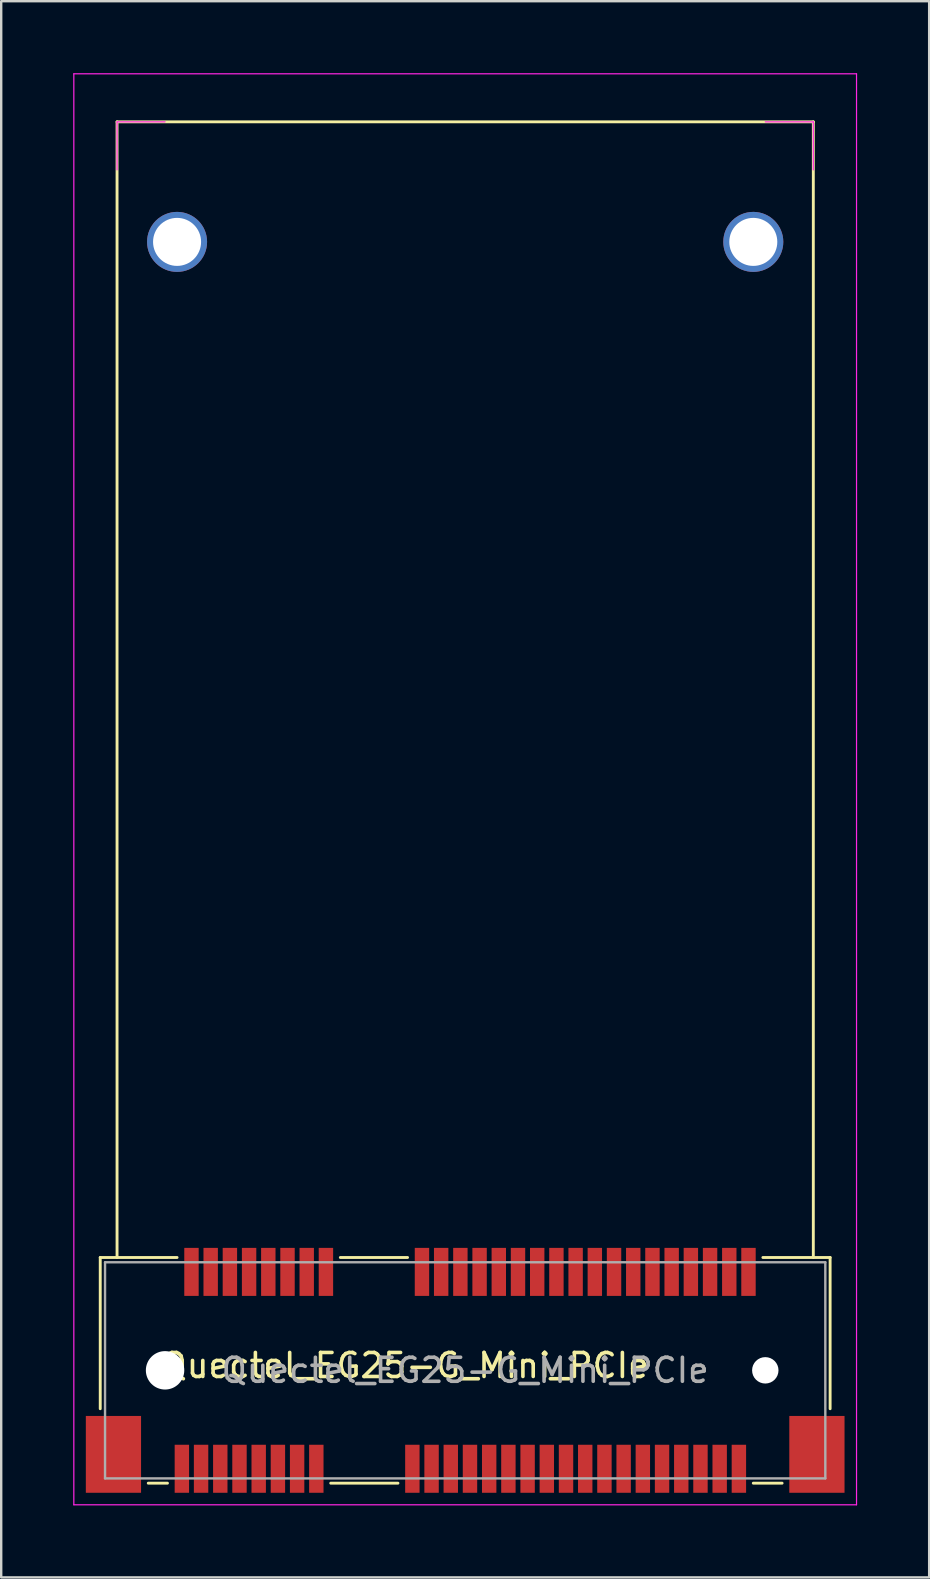
<source format=kicad_pcb>
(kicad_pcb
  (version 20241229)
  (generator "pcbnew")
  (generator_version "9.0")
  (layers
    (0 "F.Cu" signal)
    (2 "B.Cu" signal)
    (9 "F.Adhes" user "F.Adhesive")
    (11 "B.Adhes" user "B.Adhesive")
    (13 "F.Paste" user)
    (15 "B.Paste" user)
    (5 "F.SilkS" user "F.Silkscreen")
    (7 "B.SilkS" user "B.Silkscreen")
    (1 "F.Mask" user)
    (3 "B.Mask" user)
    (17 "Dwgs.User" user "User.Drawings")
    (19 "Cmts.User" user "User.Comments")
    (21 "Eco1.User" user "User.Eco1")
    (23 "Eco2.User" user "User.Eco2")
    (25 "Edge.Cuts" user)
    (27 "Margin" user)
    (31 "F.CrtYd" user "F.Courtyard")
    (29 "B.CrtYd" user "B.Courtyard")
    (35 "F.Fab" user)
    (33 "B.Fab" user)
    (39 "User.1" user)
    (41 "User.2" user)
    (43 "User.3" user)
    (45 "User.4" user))
  (footprint "Quectel_EG25-G_Mini_PCIe"
    (layer "F.Cu")
    (at 16.325 54.025)
    (property "Reference" "Quectel_EG25-G_Mini_PCIe" (at -2.5 -0.2 0) (layer "F.SilkS") (effects (font (size 1 1) (thickness 0.15))))
    (attr smd)
    (fp_line (start -15.2 -4.7) (end -15.2 1.6) (stroke (width 0.12) (type solid)) (layer "F.SilkS"))
    (fp_line (start -14.5 -52) (end -14.5 -4.7) (stroke (width 0.12) (type solid)) (layer "F.SilkS"))
    (fp_line (start -13.2 4.7) (end -12.4 4.7) (stroke (width 0.12) (type solid)) (layer "F.SilkS"))
    (fp_line (start -12 -4.7) (end -15.2 -4.7) (stroke (width 0.12) (type solid)) (layer "F.SilkS"))
    (fp_line (start -5.6 4.7) (end -2.8 4.7) (stroke (width 0.12) (type solid)) (layer "F.SilkS"))
    (fp_line (start -2.4 -4.7) (end -5.2 -4.7) (stroke (width 0.12) (type solid)) (layer "F.SilkS"))
    (fp_line (start 12 4.7) (end 13.2 4.7) (stroke (width 0.12) (type solid)) (layer "F.SilkS"))
    (fp_line (start 14.5 -52) (end -14.5 -52) (stroke (width 0.12) (type solid)) (layer "F.SilkS"))
    (fp_line (start 14.5 -4.7) (end 14.5 -52) (stroke (width 0.12) (type solid)) (layer "F.SilkS"))
    (fp_line (start 15.2 -4.7) (end 12.4 -4.7) (stroke (width 0.12) (type solid)) (layer "F.SilkS"))
    (fp_line (start 15.2 1.6) (end 15.2 -4.7) (stroke (width 0.12) (type solid)) (layer "F.SilkS"))
    (fp_line (start -16.3 -54) (end 16.3 -54) (stroke (width 0.05) (type solid)) (layer "F.CrtYd"))
    (fp_line (start -16.3 5.6) (end -16.3 -54) (stroke (width 0.05) (type solid)) (layer "F.CrtYd"))
    (fp_line (start -14.5 -52) (end -14.5 -50) (stroke (width 0.05) (type solid)) (layer "F.CrtYd"))
    (fp_line (start -14.5 -52) (end -12.5 -52) (stroke (width 0.05) (type solid)) (layer "F.CrtYd"))
    (fp_line (start 14.5 -52) (end 12.5 -52) (stroke (width 0.05) (type solid)) (layer "F.CrtYd"))
    (fp_line (start 14.5 -52) (end 14.5 -50) (stroke (width 0.05) (type solid)) (layer "F.CrtYd"))
    (fp_line (start 16.3 -54) (end 16.3 5.6) (stroke (width 0.05) (type solid)) (layer "F.CrtYd"))
    (fp_line (start 16.3 5.6) (end -16.3 5.6) (stroke (width 0.05) (type solid)) (layer "F.CrtYd"))
    (fp_line (start -15 -4.5) (end -15 4.5) (stroke (width 0.1) (type solid)) (layer "F.Fab"))
    (fp_line (start -15 4.5) (end 15 4.5) (stroke (width 0.1) (type solid)) (layer "F.Fab"))
    (fp_line (start 15 -4.5) (end -15 -4.5) (stroke (width 0.1) (type solid)) (layer "F.Fab"))
    (fp_line (start 15 4.5) (end 15 -4.5) (stroke (width 0.1) (type solid)) (layer "F.Fab"))
    (fp_text user "${REFERENCE}" (at 0 0 0) (layer "F.Fab") (effects (font (size 1 1) (thickness 0.15))))
    (pad "" np_thru_hole circle (at -12.5 0) (size 1.6 1.6) (drill 1.6) (layers "*.Cu" "*.Mask"))
    (pad "" np_thru_hole circle (at -12 -47) (size 2.5 2.5) (drill 2) (layers "*.Cu" "*.Mask"))
    (pad "" np_thru_hole circle (at 12 -47) (size 2.5 2.5) (drill 2) (layers "*.Cu" "*.Mask"))
    (pad "" np_thru_hole circle (at 12.5 0) (size 1.1 1.1) (drill 1.1) (layers "*.Cu" "*.Mask"))
    (pad "1" smd rect (at -11.8 4.1) (size 0.6 2) (layers "F.Cu" "F.Mask" "F.Paste"))
    (pad "2" smd rect (at -11.4 -4.1) (size 0.6 2) (layers "F.Cu" "F.Mask" "F.Paste"))
    (pad "3" smd rect (at -11 4.1) (size 0.6 2) (layers "F.Cu" "F.Mask" "F.Paste"))
    (pad "4" smd rect (at -10.6 -4.1) (size 0.6 2) (layers "F.Cu" "F.Mask" "F.Paste"))
    (pad "5" smd rect (at -10.2 4.1) (size 0.6 2) (layers "F.Cu" "F.Mask" "F.Paste"))
    (pad "6" smd rect (at -9.8 -4.1) (size 0.6 2) (layers "F.Cu" "F.Mask" "F.Paste"))
    (pad "7" smd rect (at -9.4 4.1) (size 0.6 2) (layers "F.Cu" "F.Mask" "F.Paste"))
    (pad "8" smd rect (at -9 -4.1) (size 0.6 2) (layers "F.Cu" "F.Mask" "F.Paste"))
    (pad "9" smd rect (at -8.6 4.1) (size 0.6 2) (layers "F.Cu" "F.Mask" "F.Paste"))
    (pad "10" smd rect (at -8.2 -4.1) (size 0.6 2) (layers "F.Cu" "F.Mask" "F.Paste"))
    (pad "11" smd rect (at -7.8 4.1) (size 0.6 2) (layers "F.Cu" "F.Mask" "F.Paste"))
    (pad "12" smd rect (at -7.4 -4.1) (size 0.6 2) (layers "F.Cu" "F.Mask" "F.Paste"))
    (pad "13" smd rect (at -7 4.1) (size 0.6 2) (layers "F.Cu" "F.Mask" "F.Paste"))
    (pad "14" smd rect (at -6.6 -4.1) (size 0.6 2) (layers "F.Cu" "F.Mask" "F.Paste"))
    (pad "15" smd rect (at -6.2 4.1) (size 0.6 2) (layers "F.Cu" "F.Mask" "F.Paste"))
    (pad "16" smd rect (at -5.8 -4.1) (size 0.6 2) (layers "F.Cu" "F.Mask" "F.Paste"))
    (pad "17" smd rect (at -2.2 4.1) (size 0.6 2) (layers "F.Cu" "F.Mask" "F.Paste"))
    (pad "18" smd rect (at -1.8 -4.1) (size 0.6 2) (layers "F.Cu" "F.Mask" "F.Paste"))
    (pad "19" smd rect (at -1.4 4.1) (size 0.6 2) (layers "F.Cu" "F.Mask" "F.Paste"))
    (pad "20" smd rect (at -1 -4.1) (size 0.6 2) (layers "F.Cu" "F.Mask" "F.Paste"))
    (pad "21" smd rect (at -0.6 4.1) (size 0.6 2) (layers "F.Cu" "F.Mask" "F.Paste"))
    (pad "22" smd rect (at -0.2 -4.1) (size 0.6 2) (layers "F.Cu" "F.Mask" "F.Paste"))
    (pad "23" smd rect (at 0.2 4.1) (size 0.6 2) (layers "F.Cu" "F.Mask" "F.Paste"))
    (pad "24" smd rect (at 0.6 -4.1) (size 0.6 2) (layers "F.Cu" "F.Mask" "F.Paste"))
    (pad "25" smd rect (at 1 4.1) (size 0.6 2) (layers "F.Cu" "F.Mask" "F.Paste"))
    (pad "26" smd rect (at 1.4 -4.1) (size 0.6 2) (layers "F.Cu" "F.Mask" "F.Paste"))
    (pad "27" smd rect (at 1.8 4.1) (size 0.6 2) (layers "F.Cu" "F.Mask" "F.Paste"))
    (pad "28" smd rect (at 2.2 -4.1) (size 0.6 2) (layers "F.Cu" "F.Mask" "F.Paste"))
    (pad "29" smd rect (at 2.6 4.1) (size 0.6 2) (layers "F.Cu" "F.Mask" "F.Paste"))
    (pad "30" smd rect (at 3 -4.1) (size 0.6 2) (layers "F.Cu" "F.Mask" "F.Paste"))
    (pad "31" smd rect (at 3.4 4.1) (size 0.6 2) (layers "F.Cu" "F.Mask" "F.Paste"))
    (pad "32" smd rect (at 3.8 -4.1) (size 0.6 2) (layers "F.Cu" "F.Mask" "F.Paste"))
    (pad "33" smd rect (at 4.2 4.1) (size 0.6 2) (layers "F.Cu" "F.Mask" "F.Paste"))
    (pad "34" smd rect (at 4.6 -4.1) (size 0.6 2) (layers "F.Cu" "F.Mask" "F.Paste"))
    (pad "35" smd rect (at 5 4.1) (size 0.6 2) (layers "F.Cu" "F.Mask" "F.Paste"))
    (pad "36" smd rect (at 5.4 -4.1) (size 0.6 2) (layers "F.Cu" "F.Mask" "F.Paste"))
    (pad "37" smd rect (at 5.8 4.1) (size 0.6 2) (layers "F.Cu" "F.Mask" "F.Paste"))
    (pad "38" smd rect (at 6.2 -4.1) (size 0.6 2) (layers "F.Cu" "F.Mask" "F.Paste"))
    (pad "39" smd rect (at 6.6 4.1) (size 0.6 2) (layers "F.Cu" "F.Mask" "F.Paste"))
    (pad "40" smd rect (at 7 -4.1) (size 0.6 2) (layers "F.Cu" "F.Mask" "F.Paste"))
    (pad "41" smd rect (at 7.4 4.1) (size 0.6 2) (layers "F.Cu" "F.Mask" "F.Paste"))
    (pad "42" smd rect (at 7.8 -4.1) (size 0.6 2) (layers "F.Cu" "F.Mask" "F.Paste"))
    (pad "43" smd rect (at 8.2 4.1) (size 0.6 2) (layers "F.Cu" "F.Mask" "F.Paste"))
    (pad "44" smd rect (at 8.6 -4.1) (size 0.6 2) (layers "F.Cu" "F.Mask" "F.Paste"))
    (pad "45" smd rect (at 9 4.1) (size 0.6 2) (layers "F.Cu" "F.Mask" "F.Paste"))
    (pad "46" smd rect (at 9.4 -4.1) (size 0.6 2) (layers "F.Cu" "F.Mask" "F.Paste"))
    (pad "47" smd rect (at 9.8 4.1) (size 0.6 2) (layers "F.Cu" "F.Mask" "F.Paste"))
    (pad "48" smd rect (at 10.2 -4.1) (size 0.6 2) (layers "F.Cu" "F.Mask" "F.Paste"))
    (pad "49" smd rect (at 10.6 4.1) (size 0.6 2) (layers "F.Cu" "F.Mask" "F.Paste"))
    (pad "50" smd rect (at 11 -4.1) (size 0.6 2) (layers "F.Cu" "F.Mask" "F.Paste"))
    (pad "51" smd rect (at 11.4 4.1) (size 0.6 2) (layers "F.Cu" "F.Mask" "F.Paste"))
    (pad "52" smd rect (at 11.8 -4.1) (size 0.6 2) (layers "F.Cu" "F.Mask" "F.Paste"))
    (pad "MP" smd rect (at -14.65 3.5) (size 2.3 3.2) (layers "F.Cu" "F.Mask" "F.Paste"))
    (pad "MP" smd rect (at 14.65 3.5) (size 2.3 3.2) (layers "F.Cu" "F.Mask" "F.Paste")))
  (gr_rect
    (start -3 -3)
    (end 35.65 62.65)
    (stroke (width 0.1) (type default))
    (fill no)
    (layer "Edge.Cuts")))
</source>
